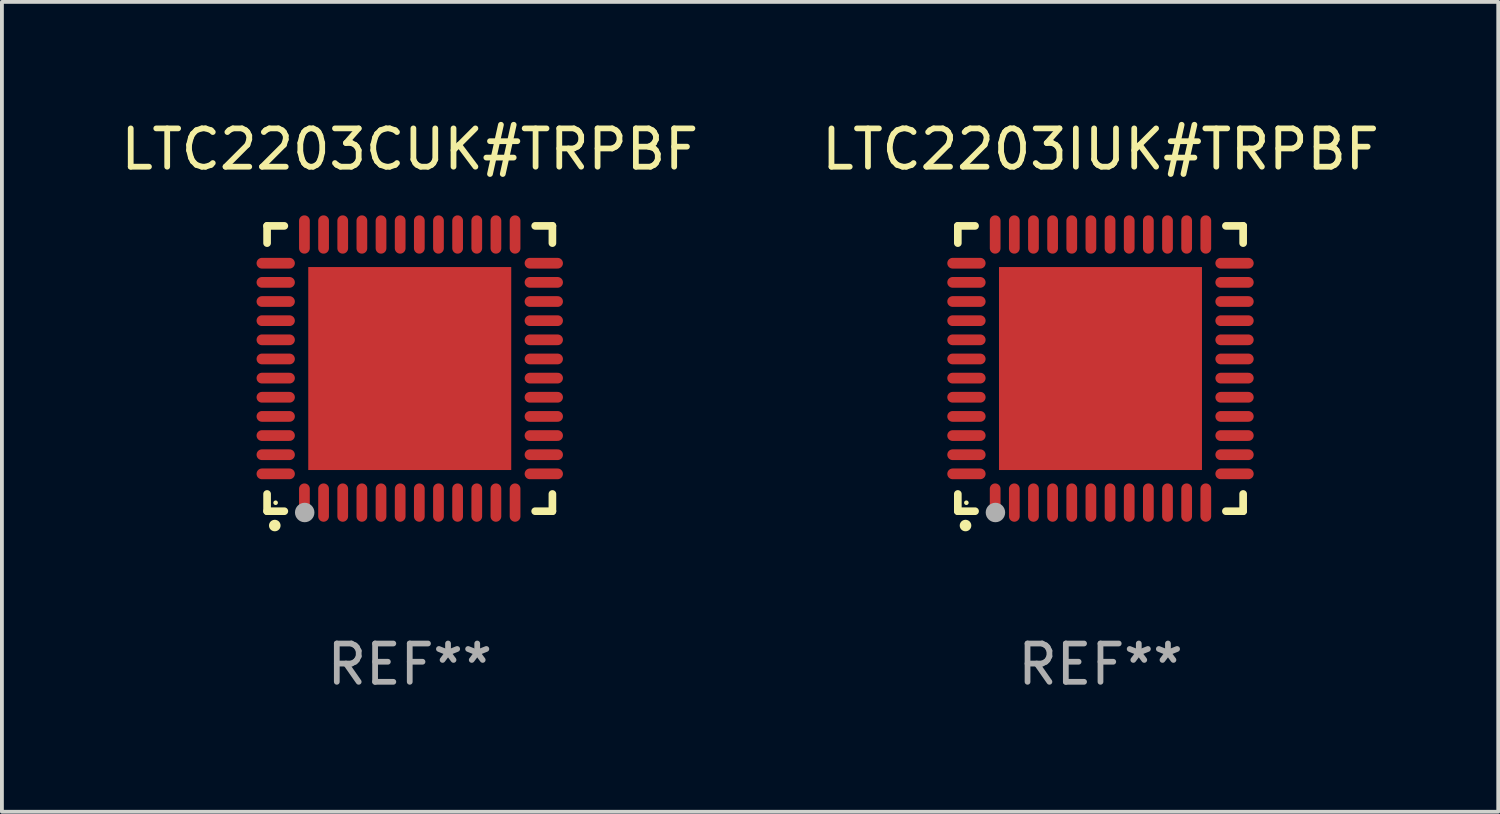
<source format=kicad_pcb>
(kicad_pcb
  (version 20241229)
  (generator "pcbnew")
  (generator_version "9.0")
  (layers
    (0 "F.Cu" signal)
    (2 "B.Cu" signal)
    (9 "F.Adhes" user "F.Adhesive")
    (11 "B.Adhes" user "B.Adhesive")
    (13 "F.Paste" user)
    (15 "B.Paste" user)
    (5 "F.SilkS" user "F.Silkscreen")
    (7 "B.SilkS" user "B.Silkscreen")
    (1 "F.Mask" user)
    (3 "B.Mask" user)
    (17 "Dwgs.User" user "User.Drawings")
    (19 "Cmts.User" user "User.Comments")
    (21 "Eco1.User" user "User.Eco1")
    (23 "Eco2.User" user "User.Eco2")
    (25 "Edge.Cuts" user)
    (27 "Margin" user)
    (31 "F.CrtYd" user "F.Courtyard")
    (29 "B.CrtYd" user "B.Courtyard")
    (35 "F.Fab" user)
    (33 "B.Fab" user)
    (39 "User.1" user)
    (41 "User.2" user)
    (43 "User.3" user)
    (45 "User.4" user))
  (footprint "LTC2203IUK#TRPBF"
    (layer "F.Cu")
    (at 25.685 6.573)
    (property "Reference" "LTC2203IUK#TRPBF" (at 0 -5.725 0) (layer "F.SilkS") (effects (font (size 1 1) (thickness 0.15))))
    (attr through_hole)
    (fp_line (start -3.725 -3.725) (end -3.275 -3.725) (stroke (width 0.2) (type solid)) (layer "F.SilkS"))
    (fp_line (start -3.725 -3.275) (end -3.725 -3.725) (stroke (width 0.2) (type solid)) (layer "F.SilkS"))
    (fp_line (start -3.725 3.725) (end -3.725 3.275) (stroke (width 0.2) (type solid)) (layer "F.SilkS"))
    (fp_line (start -3.275 3.725) (end -3.725 3.725) (stroke (width 0.2) (type solid)) (layer "F.SilkS"))
    (fp_line (start 3.275 3.725) (end 3.725 3.725) (stroke (width 0.2) (type solid)) (layer "F.SilkS"))
    (fp_line (start 3.725 -3.725) (end 3.275 -3.725) (stroke (width 0.2) (type solid)) (layer "F.SilkS"))
    (fp_line (start 3.725 -3.275) (end 3.725 -3.725) (stroke (width 0.2) (type solid)) (layer "F.SilkS"))
    (fp_line (start 3.725 3.725) (end 3.725 3.275) (stroke (width 0.2) (type solid)) (layer "F.SilkS"))
    (fp_arc (start -3.525527 4.099568) (mid -3.524257 4.099563) (end -3.522987 4.099568) (stroke (width 0.3) (type solid)) (layer "F.SilkS"))
    (fp_circle (center -3.502 3.504) (end -3.472 3.504) (stroke (width 0.06) (type solid)) (fill no) (layer "F.SilkS"))
    (fp_circle (center -2.743 3.759) (end -2.616 3.759) (stroke (width 0.254) (type solid)) (fill no) (layer "F.Fab"))
    (fp_text user "REF**" (at 0 7.725 0) (layer "F.Fab") (effects (font (size 1 1) (thickness 0.15))))
    (pad "1" smd oval (at -2.75 3.5) (size 0.28 1) (layers "F.Cu" "F.Mask" "F.Paste"))
    (pad "2" smd oval (at -2.25 3.5) (size 0.28 1) (layers "F.Cu" "F.Mask" "F.Paste"))
    (pad "3" smd oval (at -1.75 3.5) (size 0.28 1) (layers "F.Cu" "F.Mask" "F.Paste"))
    (pad "4" smd oval (at -1.25 3.5) (size 0.28 1) (layers "F.Cu" "F.Mask" "F.Paste"))
    (pad "5" smd oval (at -0.75 3.5) (size 0.28 1) (layers "F.Cu" "F.Mask" "F.Paste"))
    (pad "6" smd oval (at -0.25 3.5) (size 0.28 1) (layers "F.Cu" "F.Mask" "F.Paste"))
    (pad "7" smd oval (at 0.25 3.5) (size 0.28 1) (layers "F.Cu" "F.Mask" "F.Paste"))
    (pad "8" smd oval (at 0.75 3.5) (size 0.28 1) (layers "F.Cu" "F.Mask" "F.Paste"))
    (pad "9" smd oval (at 1.25 3.5) (size 0.28 1) (layers "F.Cu" "F.Mask" "F.Paste"))
    (pad "10" smd oval (at 1.75 3.5) (size 0.28 1) (layers "F.Cu" "F.Mask" "F.Paste"))
    (pad "11" smd oval (at 2.25 3.5) (size 0.28 1) (layers "F.Cu" "F.Mask" "F.Paste"))
    (pad "12" smd oval (at 2.75 3.5) (size 0.28 1) (layers "F.Cu" "F.Mask" "F.Paste"))
    (pad "13" smd oval (at 3.5 2.75) (size 1 0.28) (layers "F.Cu" "F.Mask" "F.Paste"))
    (pad "14" smd oval (at 3.5 2.25) (size 1 0.28) (layers "F.Cu" "F.Mask" "F.Paste"))
    (pad "15" smd oval (at 3.5 1.75) (size 1 0.28) (layers "F.Cu" "F.Mask" "F.Paste"))
    (pad "16" smd oval (at 3.5 1.25) (size 1 0.28) (layers "F.Cu" "F.Mask" "F.Paste"))
    (pad "17" smd oval (at 3.5 0.75) (size 1 0.28) (layers "F.Cu" "F.Mask" "F.Paste"))
    (pad "18" smd oval (at 3.5 0.25) (size 1 0.28) (layers "F.Cu" "F.Mask" "F.Paste"))
    (pad "19" smd oval (at 3.5 -0.25) (size 1 0.28) (layers "F.Cu" "F.Mask" "F.Paste"))
    (pad "20" smd oval (at 3.5 -0.75) (size 1 0.28) (layers "F.Cu" "F.Mask" "F.Paste"))
    (pad "21" smd oval (at 3.5 -1.25) (size 1 0.28) (layers "F.Cu" "F.Mask" "F.Paste"))
    (pad "22" smd oval (at 3.5 -1.75) (size 1 0.28) (layers "F.Cu" "F.Mask" "F.Paste"))
    (pad "23" smd oval (at 3.5 -2.25) (size 1 0.28) (layers "F.Cu" "F.Mask" "F.Paste"))
    (pad "24" smd oval (at 3.5 -2.75) (size 1 0.28) (layers "F.Cu" "F.Mask" "F.Paste"))
    (pad "25" smd oval (at 2.75 -3.5) (size 0.28 1) (layers "F.Cu" "F.Mask" "F.Paste"))
    (pad "26" smd oval (at 2.25 -3.5) (size 0.28 1) (layers "F.Cu" "F.Mask" "F.Paste"))
    (pad "27" smd oval (at 1.75 -3.5) (size 0.28 1) (layers "F.Cu" "F.Mask" "F.Paste"))
    (pad "28" smd oval (at 1.25 -3.5) (size 0.28 1) (layers "F.Cu" "F.Mask" "F.Paste"))
    (pad "29" smd oval (at 0.75 -3.5) (size 0.28 1) (layers "F.Cu" "F.Mask" "F.Paste"))
    (pad "30" smd oval (at 0.25 -3.5) (size 0.28 1) (layers "F.Cu" "F.Mask" "F.Paste"))
    (pad "31" smd oval (at -0.25 -3.5) (size 0.28 1) (layers "F.Cu" "F.Mask" "F.Paste"))
    (pad "32" smd oval (at -0.75 -3.5) (size 0.28 1) (layers "F.Cu" "F.Mask" "F.Paste"))
    (pad "33" smd oval (at -1.25 -3.5) (size 0.28 1) (layers "F.Cu" "F.Mask" "F.Paste"))
    (pad "34" smd oval (at -1.75 -3.5) (size 0.28 1) (layers "F.Cu" "F.Mask" "F.Paste"))
    (pad "35" smd oval (at -2.25 -3.5) (size 0.28 1) (layers "F.Cu" "F.Mask" "F.Paste"))
    (pad "36" smd oval (at -2.75 -3.5) (size 0.28 1) (layers "F.Cu" "F.Mask" "F.Paste"))
    (pad "37" smd oval (at -3.5 -2.75) (size 1 0.28) (layers "F.Cu" "F.Mask" "F.Paste"))
    (pad "38" smd oval (at -3.5 -2.25) (size 1 0.28) (layers "F.Cu" "F.Mask" "F.Paste"))
    (pad "39" smd oval (at -3.5 -1.75) (size 1 0.28) (layers "F.Cu" "F.Mask" "F.Paste"))
    (pad "40" smd oval (at -3.5 -1.25) (size 1 0.28) (layers "F.Cu" "F.Mask" "F.Paste"))
    (pad "41" smd oval (at -3.5 -0.75) (size 1 0.28) (layers "F.Cu" "F.Mask" "F.Paste"))
    (pad "42" smd oval (at -3.5 -0.25) (size 1 0.28) (layers "F.Cu" "F.Mask" "F.Paste"))
    (pad "43" smd oval (at -3.5 0.25) (size 1 0.28) (layers "F.Cu" "F.Mask" "F.Paste"))
    (pad "44" smd oval (at -3.5 0.75) (size 1 0.28) (layers "F.Cu" "F.Mask" "F.Paste"))
    (pad "45" smd oval (at -3.5 1.25) (size 1 0.28) (layers "F.Cu" "F.Mask" "F.Paste"))
    (pad "46" smd oval (at -3.5 1.75) (size 1 0.28) (layers "F.Cu" "F.Mask" "F.Paste"))
    (pad "47" smd oval (at -3.5 2.25) (size 1 0.28) (layers "F.Cu" "F.Mask" "F.Paste"))
    (pad "48" smd oval (at -3.5 2.75) (size 1 0.28) (layers "F.Cu" "F.Mask" "F.Paste"))
    (pad "49" smd rect (at 0 0) (size 5.3 5.3) (layers "F.Cu" "F.Mask" "F.Paste")))
  (footprint "LTC2203CUK#TRPBF"
    (layer "F.Cu")
    (at 7.649 6.573)
    (property "Reference" "LTC2203CUK#TRPBF" (at 0 -5.725 0) (layer "F.SilkS") (effects (font (size 1 1) (thickness 0.15))))
    (attr through_hole)
    (fp_line (start -3.725 -3.725) (end -3.275 -3.725) (stroke (width 0.2) (type solid)) (layer "F.SilkS"))
    (fp_line (start -3.725 -3.275) (end -3.725 -3.725) (stroke (width 0.2) (type solid)) (layer "F.SilkS"))
    (fp_line (start -3.725 3.725) (end -3.725 3.275) (stroke (width 0.2) (type solid)) (layer "F.SilkS"))
    (fp_line (start -3.275 3.725) (end -3.725 3.725) (stroke (width 0.2) (type solid)) (layer "F.SilkS"))
    (fp_line (start 3.275 3.725) (end 3.725 3.725) (stroke (width 0.2) (type solid)) (layer "F.SilkS"))
    (fp_line (start 3.725 -3.725) (end 3.275 -3.725) (stroke (width 0.2) (type solid)) (layer "F.SilkS"))
    (fp_line (start 3.725 -3.275) (end 3.725 -3.725) (stroke (width 0.2) (type solid)) (layer "F.SilkS"))
    (fp_line (start 3.725 3.725) (end 3.725 3.275) (stroke (width 0.2) (type solid)) (layer "F.SilkS"))
    (fp_arc (start -3.525527 4.099568) (mid -3.524257 4.099563) (end -3.522987 4.099568) (stroke (width 0.3) (type solid)) (layer "F.SilkS"))
    (fp_circle (center -3.502 3.504) (end -3.472 3.504) (stroke (width 0.06) (type solid)) (fill no) (layer "F.SilkS"))
    (fp_circle (center -2.743 3.759) (end -2.616 3.759) (stroke (width 0.254) (type solid)) (fill no) (layer "F.Fab"))
    (fp_text user "REF**" (at 0 7.725 0) (layer "F.Fab") (effects (font (size 1 1) (thickness 0.15))))
    (pad "1" smd oval (at -2.75 3.5) (size 0.28 1) (layers "F.Cu" "F.Mask" "F.Paste"))
    (pad "2" smd oval (at -2.25 3.5) (size 0.28 1) (layers "F.Cu" "F.Mask" "F.Paste"))
    (pad "3" smd oval (at -1.75 3.5) (size 0.28 1) (layers "F.Cu" "F.Mask" "F.Paste"))
    (pad "4" smd oval (at -1.25 3.5) (size 0.28 1) (layers "F.Cu" "F.Mask" "F.Paste"))
    (pad "5" smd oval (at -0.75 3.5) (size 0.28 1) (layers "F.Cu" "F.Mask" "F.Paste"))
    (pad "6" smd oval (at -0.25 3.5) (size 0.28 1) (layers "F.Cu" "F.Mask" "F.Paste"))
    (pad "7" smd oval (at 0.25 3.5) (size 0.28 1) (layers "F.Cu" "F.Mask" "F.Paste"))
    (pad "8" smd oval (at 0.75 3.5) (size 0.28 1) (layers "F.Cu" "F.Mask" "F.Paste"))
    (pad "9" smd oval (at 1.25 3.5) (size 0.28 1) (layers "F.Cu" "F.Mask" "F.Paste"))
    (pad "10" smd oval (at 1.75 3.5) (size 0.28 1) (layers "F.Cu" "F.Mask" "F.Paste"))
    (pad "11" smd oval (at 2.25 3.5) (size 0.28 1) (layers "F.Cu" "F.Mask" "F.Paste"))
    (pad "12" smd oval (at 2.75 3.5) (size 0.28 1) (layers "F.Cu" "F.Mask" "F.Paste"))
    (pad "13" smd oval (at 3.5 2.75) (size 1 0.28) (layers "F.Cu" "F.Mask" "F.Paste"))
    (pad "14" smd oval (at 3.5 2.25) (size 1 0.28) (layers "F.Cu" "F.Mask" "F.Paste"))
    (pad "15" smd oval (at 3.5 1.75) (size 1 0.28) (layers "F.Cu" "F.Mask" "F.Paste"))
    (pad "16" smd oval (at 3.5 1.25) (size 1 0.28) (layers "F.Cu" "F.Mask" "F.Paste"))
    (pad "17" smd oval (at 3.5 0.75) (size 1 0.28) (layers "F.Cu" "F.Mask" "F.Paste"))
    (pad "18" smd oval (at 3.5 0.25) (size 1 0.28) (layers "F.Cu" "F.Mask" "F.Paste"))
    (pad "19" smd oval (at 3.5 -0.25) (size 1 0.28) (layers "F.Cu" "F.Mask" "F.Paste"))
    (pad "20" smd oval (at 3.5 -0.75) (size 1 0.28) (layers "F.Cu" "F.Mask" "F.Paste"))
    (pad "21" smd oval (at 3.5 -1.25) (size 1 0.28) (layers "F.Cu" "F.Mask" "F.Paste"))
    (pad "22" smd oval (at 3.5 -1.75) (size 1 0.28) (layers "F.Cu" "F.Mask" "F.Paste"))
    (pad "23" smd oval (at 3.5 -2.25) (size 1 0.28) (layers "F.Cu" "F.Mask" "F.Paste"))
    (pad "24" smd oval (at 3.5 -2.75) (size 1 0.28) (layers "F.Cu" "F.Mask" "F.Paste"))
    (pad "25" smd oval (at 2.75 -3.5) (size 0.28 1) (layers "F.Cu" "F.Mask" "F.Paste"))
    (pad "26" smd oval (at 2.25 -3.5) (size 0.28 1) (layers "F.Cu" "F.Mask" "F.Paste"))
    (pad "27" smd oval (at 1.75 -3.5) (size 0.28 1) (layers "F.Cu" "F.Mask" "F.Paste"))
    (pad "28" smd oval (at 1.25 -3.5) (size 0.28 1) (layers "F.Cu" "F.Mask" "F.Paste"))
    (pad "29" smd oval (at 0.75 -3.5) (size 0.28 1) (layers "F.Cu" "F.Mask" "F.Paste"))
    (pad "30" smd oval (at 0.25 -3.5) (size 0.28 1) (layers "F.Cu" "F.Mask" "F.Paste"))
    (pad "31" smd oval (at -0.25 -3.5) (size 0.28 1) (layers "F.Cu" "F.Mask" "F.Paste"))
    (pad "32" smd oval (at -0.75 -3.5) (size 0.28 1) (layers "F.Cu" "F.Mask" "F.Paste"))
    (pad "33" smd oval (at -1.25 -3.5) (size 0.28 1) (layers "F.Cu" "F.Mask" "F.Paste"))
    (pad "34" smd oval (at -1.75 -3.5) (size 0.28 1) (layers "F.Cu" "F.Mask" "F.Paste"))
    (pad "35" smd oval (at -2.25 -3.5) (size 0.28 1) (layers "F.Cu" "F.Mask" "F.Paste"))
    (pad "36" smd oval (at -2.75 -3.5) (size 0.28 1) (layers "F.Cu" "F.Mask" "F.Paste"))
    (pad "37" smd oval (at -3.5 -2.75) (size 1 0.28) (layers "F.Cu" "F.Mask" "F.Paste"))
    (pad "38" smd oval (at -3.5 -2.25) (size 1 0.28) (layers "F.Cu" "F.Mask" "F.Paste"))
    (pad "39" smd oval (at -3.5 -1.75) (size 1 0.28) (layers "F.Cu" "F.Mask" "F.Paste"))
    (pad "40" smd oval (at -3.5 -1.25) (size 1 0.28) (layers "F.Cu" "F.Mask" "F.Paste"))
    (pad "41" smd oval (at -3.5 -0.75) (size 1 0.28) (layers "F.Cu" "F.Mask" "F.Paste"))
    (pad "42" smd oval (at -3.5 -0.25) (size 1 0.28) (layers "F.Cu" "F.Mask" "F.Paste"))
    (pad "43" smd oval (at -3.5 0.25) (size 1 0.28) (layers "F.Cu" "F.Mask" "F.Paste"))
    (pad "44" smd oval (at -3.5 0.75) (size 1 0.28) (layers "F.Cu" "F.Mask" "F.Paste"))
    (pad "45" smd oval (at -3.5 1.25) (size 1 0.28) (layers "F.Cu" "F.Mask" "F.Paste"))
    (pad "46" smd oval (at -3.5 1.75) (size 1 0.28) (layers "F.Cu" "F.Mask" "F.Paste"))
    (pad "47" smd oval (at -3.5 2.25) (size 1 0.28) (layers "F.Cu" "F.Mask" "F.Paste"))
    (pad "48" smd oval (at -3.5 2.75) (size 1 0.28) (layers "F.Cu" "F.Mask" "F.Paste"))
    (pad "49" smd rect (at 0 0) (size 5.3 5.3) (layers "F.Cu" "F.Mask" "F.Paste")))
  (gr_rect
    (start -3 -3)
    (end 36.071 18.146)
    (stroke (width 0.1) (type default))
    (fill no)
    (layer "Edge.Cuts")))
</source>
